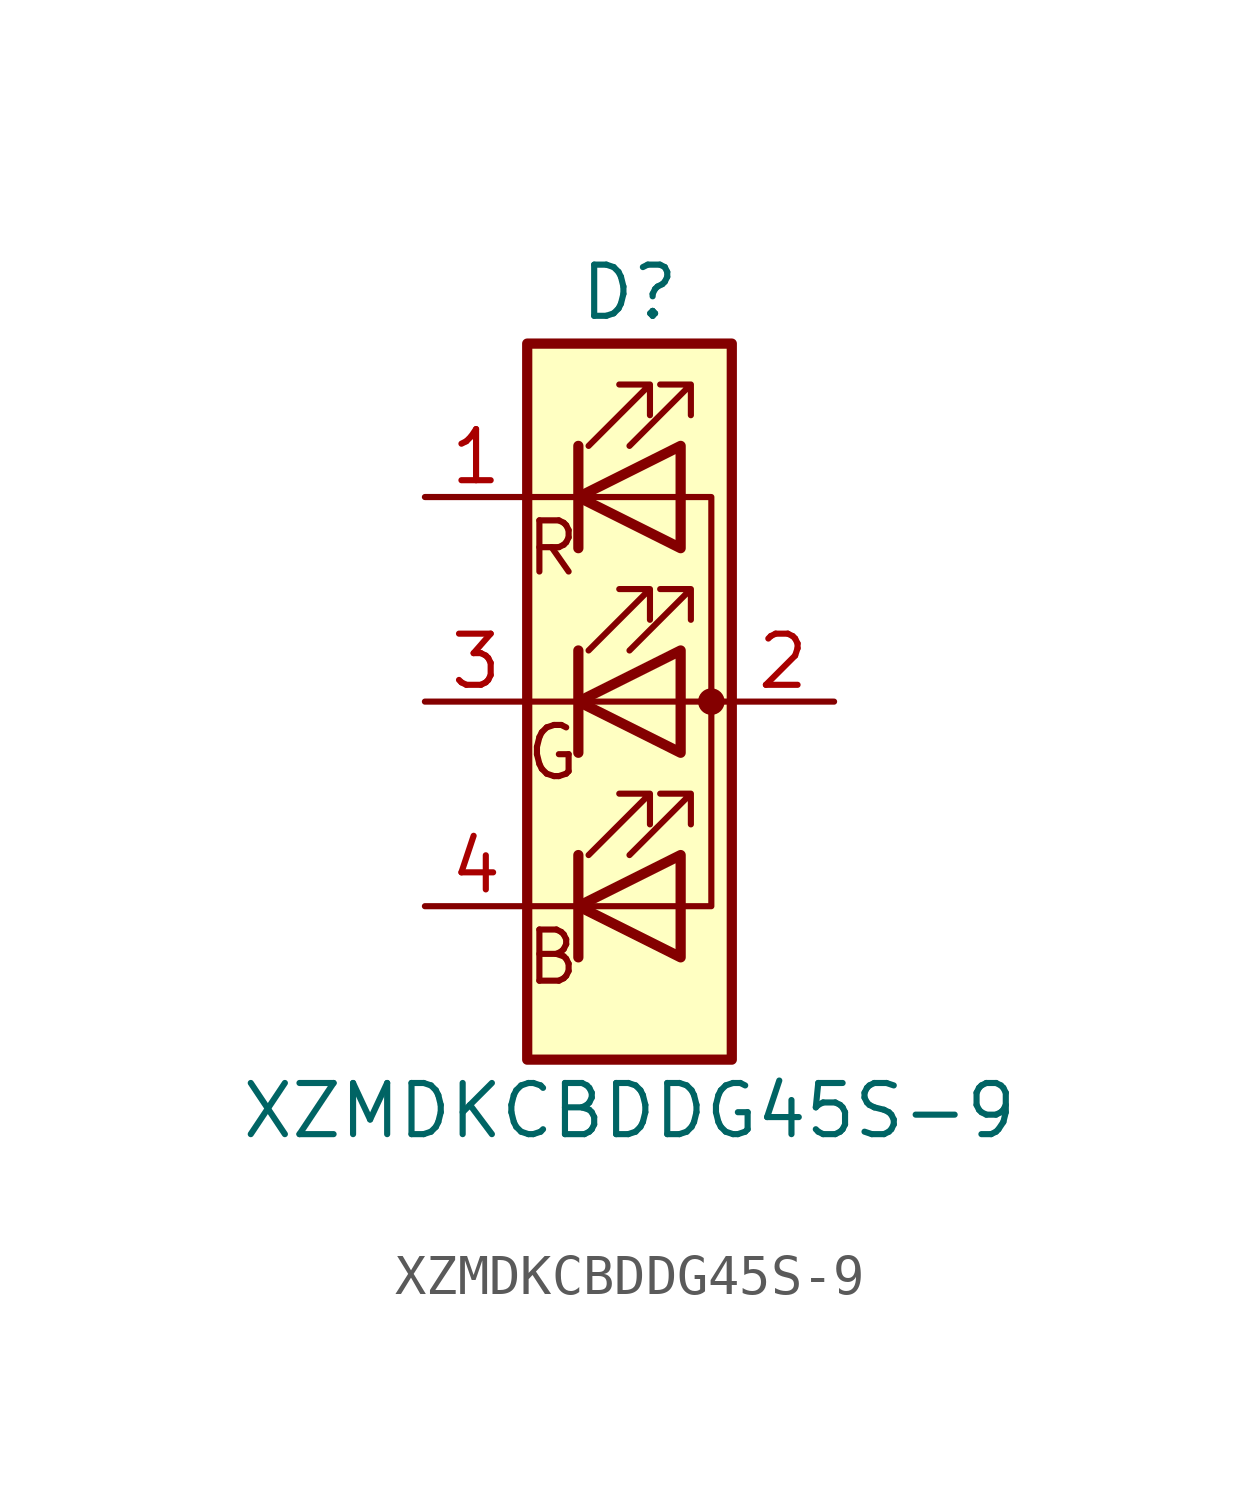
<source format=kicad_sym>
(kicad_symbol_lib
  (version 20220914)
  (generator kicad_symbol_editor)
  (symbol "XZMDKCBDDG45S-9"
    (pin_names
      (offset 0) hide)
    (property "Reference" "D"
      (at 0 10.16 0)
      (effects (font (size 1.27 1.27))))
    (property "Value" "XZMDKCBDDG45S-9"
      (at 0 -10.16 0)
      (effects (font (size 1.27 1.27))))
    (symbol "XZMDKCBDDG45S-9_0_0"
      (text "B" (at -1.905 -6.35 0) (effects (font (size 1.27 1.27))))
      (text "G" (at -1.905 -1.27 0) (effects (font (size 1.27 1.27))))
      (text "R" (at -1.905 3.81 0) (effects (font (size 1.27 1.27)))))
    (symbol "XZMDKCBDDG45S-9_0_1"
      (rectangle (start -2.54 8.89) (end 2.54 -8.89) (stroke (width 0.254) (type default)) (fill (type background)))
      (polyline (pts (xy -2.54 -5.08) (xy 1.27 -5.08)) (stroke (width 0) (type default)) (fill (type none)))
      (polyline (pts (xy -1.27 -3.81) (xy -1.27 -6.35)) (stroke (width 0.254) (type default)) (fill (type none)))
      (polyline (pts (xy -1.27 1.27) (xy -1.27 -1.27)) (stroke (width 0.254) (type default)) (fill (type none)))
      (polyline (pts (xy -1.27 6.35) (xy -1.27 3.81)) (stroke (width 0.254) (type default)) (fill (type none)))
      (polyline (pts (xy 1.27 5.08) (xy -2.54 5.08)) (stroke (width 0) (type default)) (fill (type none)))
      (polyline (pts (xy 2.54 0) (xy -2.54 0)) (stroke (width 0) (type default)) (fill (type none)))
      (polyline (pts (xy 1.27 -5.08) (xy 2.032 -5.08) (xy 2.032 5.08) (xy 1.27 5.08)) (stroke (width 0) (type default)) (fill (type none)))
      (polyline (pts (xy 1.27 -3.81) (xy 1.27 -6.35) (xy -1.27 -5.08) (xy 1.27 -3.81)) (stroke (width 0.254) (type default)) (fill (type none)))
      (polyline (pts (xy 1.27 1.27) (xy 1.27 -1.27) (xy -1.27 0) (xy 1.27 1.27)) (stroke (width 0.254) (type default)) (fill (type none)))
      (polyline (pts (xy 1.27 6.35) (xy 1.27 3.81) (xy -1.27 5.08) (xy 1.27 6.35)) (stroke (width 0.254) (type default)) (fill (type none)))
      (polyline (pts (xy -1.016 -3.81) (xy 0.508 -2.286) (xy -0.254 -2.286) (xy 0.508 -2.286) (xy 0.508 -3.048)) (stroke (width 0) (type default)) (fill (type none)))
      (polyline (pts (xy -1.016 1.27) (xy 0.508 2.794) (xy -0.254 2.794) (xy 0.508 2.794) (xy 0.508 2.032)) (stroke (width 0) (type default)) (fill (type none)))
      (polyline (pts (xy -1.016 6.35) (xy 0.508 7.874) (xy -0.254 7.874) (xy 0.508 7.874) (xy 0.508 7.112)) (stroke (width 0) (type default)) (fill (type none)))
      (polyline (pts (xy 0 -3.81) (xy 1.524 -2.286) (xy 0.762 -2.286) (xy 1.524 -2.286) (xy 1.524 -3.048)) (stroke (width 0) (type default)) (fill (type none)))
      (polyline (pts (xy 0 1.27) (xy 1.524 2.794) (xy 0.762 2.794) (xy 1.524 2.794) (xy 1.524 2.032)) (stroke (width 0) (type default)) (fill (type none)))
      (polyline (pts (xy 0 6.35) (xy 1.524 7.874) (xy 0.762 7.874) (xy 1.524 7.874) (xy 1.524 7.112)) (stroke (width 0) (type default)) (fill (type none)))
      (rectangle (start 1.27 6.35) (end 1.27 6.35) (stroke (width 0) (type default)) (fill (type none)))
      (circle (center 2.032 0) (radius 0.254) (stroke (width 0) (type default)) (fill (type outline))))
    (symbol "XZMDKCBDDG45S-9_1_1"
      (pin input line (at -5.08 5.08 0) (length 2.54) (name "R" (effects (font (size 1.27 1.27)))) (number "1" (effects (font (size 1.27 1.27)))))
      (pin power_in line (at 5.08 0 180) (length 2.54) (name "A" (effects (font (size 1.27 1.27)))) (number "2" (effects (font (size 1.27 1.27)))))
      (pin input line (at -5.08 0 0) (length 2.54) (name "G" (effects (font (size 1.27 1.27)))) (number "3" (effects (font (size 1.27 1.27)))))
      (pin input line (at -5.08 -5.08 0) (length 2.54) (name "B" (effects (font (size 1.27 1.27)))) (number "4" (effects (font (size 1.27 1.27))))))))
</source>
